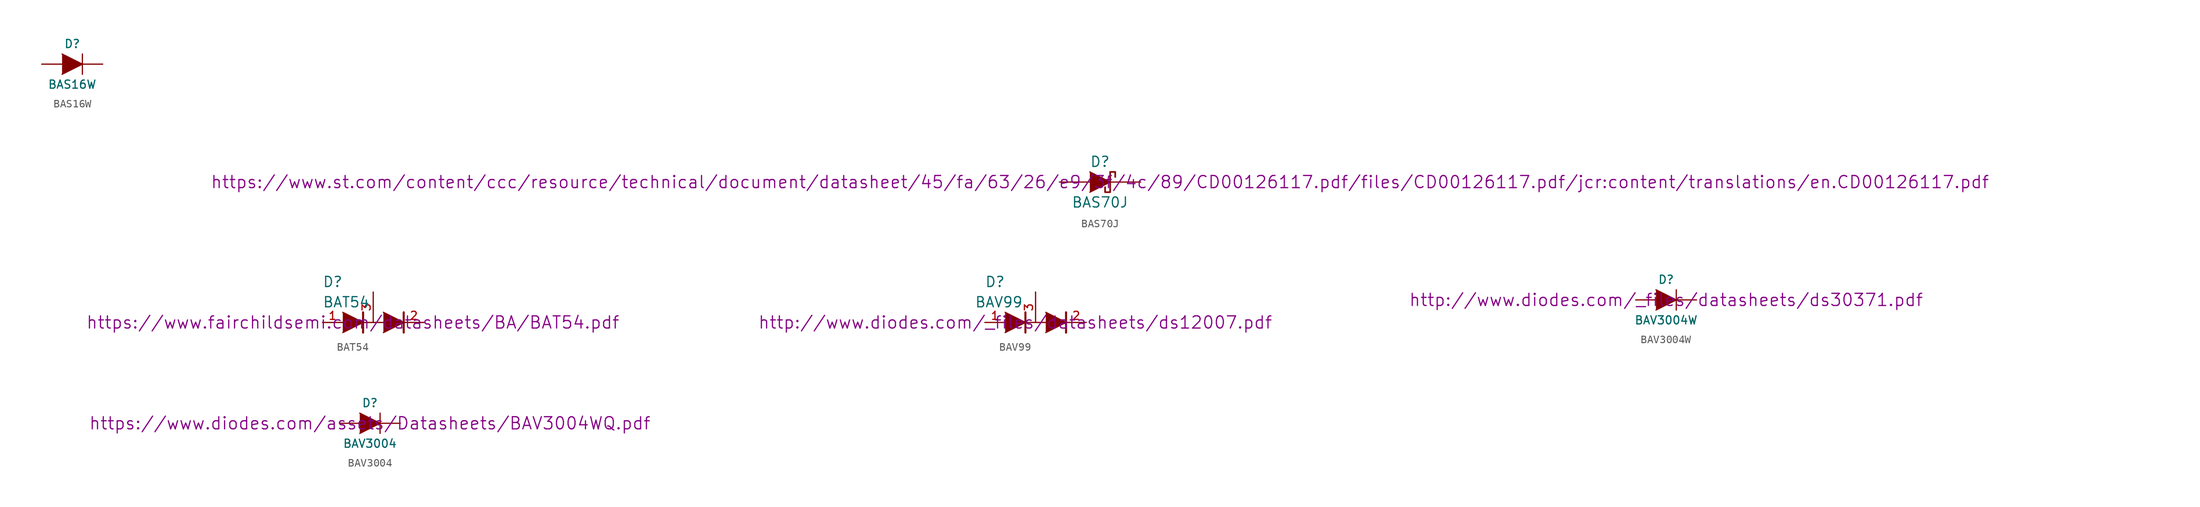
<source format=kicad_sym>
(kicad_symbol_lib
  (version 20231120)
  (generator "kicad_symbol_editor")
  (generator_version "8.0")
  (symbol "BAS16W"
    (pin_numbers hide)
    (pin_names
      (offset 1.016) hide)
    (property "Reference" "D"
      (at 0 2.54 0)
      (effects (font (size 1.016 1.016))))
    (property "Value" "BAS16W"
      (at 0 -2.54 0)
      (effects (font (size 1.016 1.016))))
    (symbol "BAS16W_0_1"
      (polyline (pts (xy 1.27 -1.27) (xy 1.27 1.27)) (stroke (width 0) (type default)) (fill (type none)))
      (polyline (pts (xy -1.27 1.27) (xy 1.27 0) (xy -1.27 -1.27)) (stroke (width 0) (type default)) (fill (type outline))))
    (symbol "BAS16W_1_1"
      (pin passive line (at 3.81 0 180) (length 2.54) (name "K" (effects (font (size 1.016 1.016)))) (number "1" (effects (font (size 1.016 1.016)))))
      (pin passive line (at -3.81 0 0) (length 2.54) (name "A" (effects (font (size 1.016 1.016)))) (number "2" (effects (font (size 1.016 1.016)))))))
  (symbol "BAS70J"
    (pin_numbers hide)
    (pin_names
      (offset 1.016) hide)
    (property "Reference" "D"
      (at 0 2.54 0)
      (effects (font (size 1.27 1.27))))
    (property "Value" "BAS70J"
      (at 0 -2.54 0)
      (effects (font (size 1.27 1.27))))
    (property "Datasheet" "https://www.st.com/content/ccc/resource/technical/document/datasheet/45/fa/63/26/e9/3f/4c/89/CD00126117.pdf/files/CD00126117.pdf/jcr:content/translations/en.CD00126117.pdf"
      (at 0 0 0)
      (effects (font (size 1.524 1.524))))
    (symbol "BAS70J_0_1"
      (polyline (pts (xy -1.27 1.27) (xy 1.27 0) (xy -1.27 -1.27)) (stroke (width 0) (type default)) (fill (type outline)))
      (polyline (pts (xy 1.905 0.635) (xy 1.905 1.27) (xy 1.27 1.27) (xy 1.27 -1.27) (xy 0.635 -1.27) (xy 0.635 -0.635)) (stroke (width 0.203) (type default)) (fill (type none))))
    (symbol "BAS70J_1_1"
      (pin passive line (at 5.08 0 180) (length 3.81) (name "K" (effects (font (size 1.016 1.016)))) (number "1" (effects (font (size 1.016 1.016)))))
      (pin passive line (at -5.08 0 0) (length 3.81) (name "A" (effects (font (size 1.016 1.016)))) (number "2" (effects (font (size 1.016 1.016)))))))
  (symbol "BAT54"
    (pin_names
      (offset 1.016) hide)
    (property "Reference" "D"
      (at -6.35 5.08 0)
      (effects (font (size 1.27 1.27)) (justify left)))
    (property "Value" "BAT54"
      (at -6.35 2.54 0)
      (effects (font (size 1.27 1.27)) (justify left)))
    (property "Footprint" ""
      (at -2.54 0 0)
      (effects (font (size 1.524 1.524))))
    (property "Datasheet" "https://www.fairchildsemi.com/datasheets/BA/BAT54.pdf"
      (at -2.54 0 0)
      (effects (font (size 1.524 1.524))))
    (symbol "BAT54_0_1"
      (polyline (pts (xy -1.27 -1.27) (xy -1.27 1.27)) (stroke (width 0.254) (type default)) (fill (type none)))
      (polyline (pts (xy -1.27 0) (xy 1.27 0)) (stroke (width 0) (type default)) (fill (type none)))
      (polyline (pts (xy 3.81 -1.27) (xy 3.81 1.27)) (stroke (width 0.254) (type default)) (fill (type none)))
      (polyline (pts (xy -3.81 1.27) (xy -1.27 0) (xy -3.81 -1.27)) (stroke (width 0) (type default)) (fill (type outline)))
      (polyline (pts (xy 1.27 1.27) (xy 3.81 0) (xy 1.27 -1.27)) (stroke (width 0) (type default)) (fill (type outline))))
    (symbol "BAT54_1_1"
      (pin passive line (at -6.35 0 0) (length 2.54) (name "A1" (effects (font (size 1.016 1.016)))) (number "1" (effects (font (size 1.016 1.016)))))
      (pin passive line (at 6.35 0 180) (length 2.54) (name "K2" (effects (font (size 1.016 1.016)))) (number "2" (effects (font (size 1.016 1.016)))))
      (pin passive line (at 0 3.81 270) (length 3.81) (name "KA" (effects (font (size 1.016 1.016)))) (number "3" (effects (font (size 1.016 1.016)))))))
  (symbol "BAV99"
    (pin_names
      (offset 1.016) hide)
    (property "Reference" "D"
      (at -6.35 5.08 0)
      (effects (font (size 1.27 1.27)) (justify left)))
    (property "Value" "BAV99"
      (at -7.62 2.54 0)
      (effects (font (size 1.27 1.27)) (justify left)))
    (property "Footprint" ""
      (at -2.54 0 0)
      (effects (font (size 1.524 1.524))))
    (property "Datasheet" "http://www.diodes.com/_files/datasheets/ds12007.pdf"
      (at -2.54 0 0)
      (effects (font (size 1.524 1.524))))
    (symbol "BAV99_0_1"
      (polyline (pts (xy -1.27 -1.27) (xy -1.27 1.27)) (stroke (width 0.254) (type default)) (fill (type none)))
      (polyline (pts (xy -1.27 0) (xy 1.27 0)) (stroke (width 0) (type default)) (fill (type none)))
      (polyline (pts (xy 3.81 -1.27) (xy 3.81 1.27)) (stroke (width 0.254) (type default)) (fill (type none)))
      (polyline (pts (xy -3.81 1.27) (xy -1.27 0) (xy -3.81 -1.27)) (stroke (width 0) (type default)) (fill (type outline)))
      (polyline (pts (xy 1.27 1.27) (xy 3.81 0) (xy 1.27 -1.27)) (stroke (width 0) (type default)) (fill (type outline))))
    (symbol "BAV99_1_1"
      (pin passive line (at -6.35 0 0) (length 2.54) (name "A1" (effects (font (size 1.016 1.016)))) (number "1" (effects (font (size 1.016 1.016)))))
      (pin passive line (at 6.35 0 180) (length 2.54) (name "K2" (effects (font (size 1.016 1.016)))) (number "2" (effects (font (size 1.016 1.016)))))
      (pin passive line (at 0 3.81 270) (length 3.81) (name "KA" (effects (font (size 1.016 1.016)))) (number "3" (effects (font (size 1.016 1.016)))))))
  (symbol "BAV3004W"
    (pin_numbers hide)
    (pin_names
      (offset 1.016) hide)
    (property "Reference" "D"
      (at 0 2.54 0)
      (effects (font (size 1.016 1.016))))
    (property "Value" "BAV3004W"
      (at 0 -2.54 0)
      (effects (font (size 1.016 1.016))))
    (property "Footprint" ""
      (at 0 0 0)
      (effects (font (size 1.524 1.524))))
    (property "Datasheet" "http://www.diodes.com/_files/datasheets/ds30371.pdf"
      (at 0 0 0)
      (effects (font (size 1.524 1.524))))
    (symbol "BAV3004W_0_1"
      (polyline (pts (xy 1.27 -1.27) (xy 1.27 1.27)) (stroke (width 0) (type default)) (fill (type none)))
      (polyline (pts (xy -1.27 1.27) (xy 1.27 0) (xy -1.27 -1.27)) (stroke (width 0) (type default)) (fill (type outline))))
    (symbol "BAV3004W_1_1"
      (pin passive line (at 3.81 0 180) (length 2.54) (name "K" (effects (font (size 1.016 1.016)))) (number "1" (effects (font (size 1.016 1.016)))))
      (pin passive line (at -3.81 0 0) (length 2.54) (name "A" (effects (font (size 1.016 1.016)))) (number "2" (effects (font (size 1.016 1.016)))))))
  (symbol "BAV3004"
    (pin_numbers hide)
    (pin_names
      (offset 1.016) hide)
    (property "Reference" "D"
      (at 0 2.54 0)
      (effects (font (size 1.016 1.016))))
    (property "Value" "BAV3004"
      (at 0 -2.54 0)
      (effects (font (size 1.016 1.016))))
    (property "Footprint" ""
      (at 0 0 0)
      (effects (font (size 1.524 1.524))))
    (property "Datasheet" "https://www.diodes.com/assets/Datasheets/BAV3004WQ.pdf"
      (at 0 0 0)
      (effects (font (size 1.524 1.524))))
    (symbol "BAV3004_0_1"
      (polyline (pts (xy 1.27 -1.27) (xy 1.27 1.27)) (stroke (width 0) (type default)) (fill (type none)))
      (polyline (pts (xy -1.27 1.27) (xy 1.27 0) (xy -1.27 -1.27)) (stroke (width 0) (type default)) (fill (type outline))))
    (symbol "BAV3004_1_1"
      (pin passive line (at 3.81 0 180) (length 2.54) (name "K" (effects (font (size 1.016 1.016)))) (number "1" (effects (font (size 1.016 1.016)))))
      (pin passive line (at -3.81 0 0) (length 2.54) (name "A" (effects (font (size 1.016 1.016)))) (number "2" (effects (font (size 1.016 1.016))))))))
</source>
